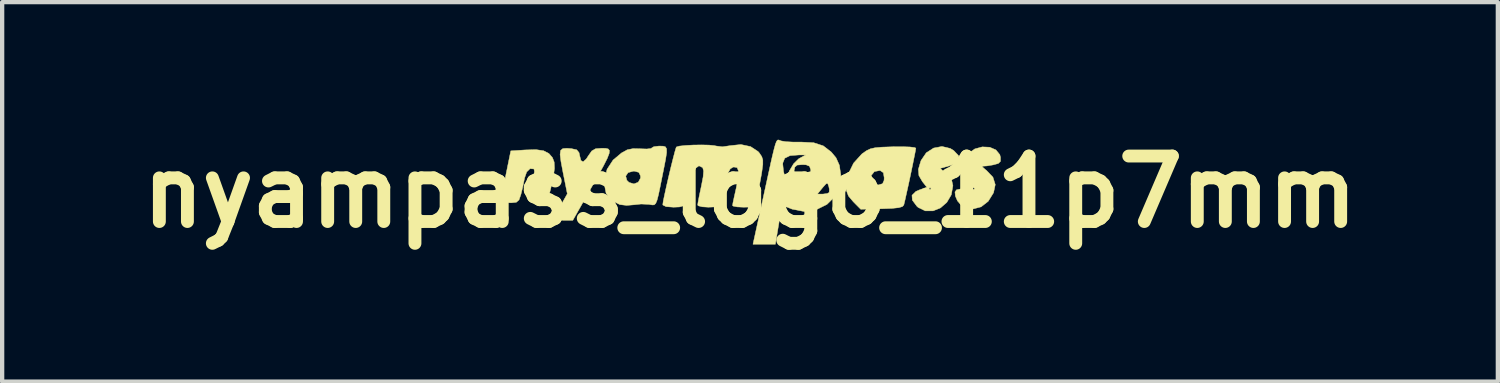
<source format=kicad_pcb>
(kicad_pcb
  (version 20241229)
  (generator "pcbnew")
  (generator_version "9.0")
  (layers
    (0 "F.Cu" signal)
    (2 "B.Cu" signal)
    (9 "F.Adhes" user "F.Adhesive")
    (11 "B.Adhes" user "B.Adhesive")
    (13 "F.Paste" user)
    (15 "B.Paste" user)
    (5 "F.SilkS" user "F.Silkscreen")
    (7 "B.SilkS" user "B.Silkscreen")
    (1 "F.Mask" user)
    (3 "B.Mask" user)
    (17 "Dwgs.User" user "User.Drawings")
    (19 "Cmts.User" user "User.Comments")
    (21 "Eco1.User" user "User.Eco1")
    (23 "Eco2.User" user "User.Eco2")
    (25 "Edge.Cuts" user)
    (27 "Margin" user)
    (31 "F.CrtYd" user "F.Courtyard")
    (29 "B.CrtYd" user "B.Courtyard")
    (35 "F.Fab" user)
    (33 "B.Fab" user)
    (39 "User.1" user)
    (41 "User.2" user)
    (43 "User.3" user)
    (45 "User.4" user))
  (footprint "nyampass_logo_11p7mm"
    (layer "F.Cu")
    (at 14.413 1.418)
    (property "Reference" "nyampass_logo_11p7mm" (at 0 0 0) (layer "F.SilkS") (effects (font (size 1.524 1.524) (thickness 0.3))))
    (attr through_hole)
    (fp_poly (pts (xy -3.361 -1.014) (xy -3.301 -1) (xy -3.273 -0.964) (xy -3.28 -0.894) (xy -3.325 -0.779) (xy -3.411 -0.609) (xy -3.542 -0.372) (xy -3.709 -0.075) (xy -4.125 0.66) (xy -4.349 0.66) (xy -4.483 0.655) (xy -4.563 0.642) (xy -4.572 0.634) (xy -4.549 0.58) (xy -4.489 0.464) (xy -4.413 0.326) (xy -4.254 0.045) (xy -4.356 -0.464) (xy -4.402 -0.709) (xy -4.422 -0.871) (xy -4.41 -0.965) (xy -4.359 -1.008) (xy -4.264 -1.015) (xy -4.158 -1.007) (xy -4.035 -0.98) (xy -3.981 -0.914) (xy -3.971 -0.864) (xy -3.938 -0.732) (xy -3.886 -0.7) (xy -3.812 -0.767) (xy -3.768 -0.835) (xy -3.685 -0.953) (xy -3.596 -1.005) (xy -3.454 -1.016) (xy -3.45 -1.016) (xy -3.361 -1.014)) (stroke (width 0.01) (type solid)) (fill yes) (layer "F.SilkS"))
    (fp_poly (pts (xy 4.662 -1.012) (xy 4.743 -0.962) (xy 4.856 -0.843) (xy 4.87 -0.742) (xy 4.783 -0.661) (xy 4.651 -0.61) (xy 4.426 -0.547) (xy 4.575 -0.422) (xy 4.694 -0.278) (xy 4.724 -0.145) (xy 4.686 0.068) (xy 4.582 0.244) (xy 4.434 0.373) (xy 4.261 0.442) (xy 4.081 0.442) (xy 3.915 0.361) (xy 3.884 0.333) (xy 3.779 0.192) (xy 3.771 0.079) (xy 3.862 -0.011) (xy 3.938 -0.044) (xy 4.026 -0.076) (xy 4.166 -0.076) (xy 4.191 -0.051) (xy 4.216 -0.076) (xy 4.191 -0.102) (xy 4.166 -0.076) (xy 4.026 -0.076) (xy 4.117 -0.109) (xy 4.014 -0.239) (xy 3.932 -0.38) (xy 3.92 -0.526) (xy 3.975 -0.712) (xy 3.984 -0.735) (xy 4.104 -0.911) (xy 4.275 -1.021) (xy 4.469 -1.058) (xy 4.662 -1.012)) (stroke (width 0.01) (type solid)) (fill yes) (layer "F.SilkS"))
    (fp_poly (pts (xy -4.806 -0.958) (xy -4.683 -0.894) (xy -4.6 -0.798) (xy -4.56 -0.694) (xy -4.553 -0.545) (xy -4.582 -0.336) (xy -4.646 -0.053) (xy -4.676 0.059) (xy -4.718 0.185) (xy -4.777 0.24) (xy -4.89 0.254) (xy -4.93 0.254) (xy -5.036 0.251) (xy -5.097 0.231) (xy -5.12 0.174) (xy -5.11 0.06) (xy -5.072 -0.129) (xy -5.059 -0.191) (xy -5.03 -0.359) (xy -5.02 -0.483) (xy -5.031 -0.534) (xy -5.121 -0.542) (xy -5.2 -0.465) (xy -5.25 -0.322) (xy -5.251 -0.314) (xy -5.288 -0.13) (xy -5.334 0.058) (xy -5.336 0.064) (xy -5.379 0.187) (xy -5.44 0.241) (xy -5.557 0.254) (xy -5.59 0.254) (xy -5.732 0.239) (xy -5.791 0.197) (xy -5.792 0.191) (xy -5.782 0.117) (xy -5.756 -0.032) (xy -5.717 -0.234) (xy -5.681 -0.414) (xy -5.57 -0.955) (xy -5.236 -0.977) (xy -4.983 -0.984) (xy -4.806 -0.958)) (stroke (width 0.01) (type solid)) (fill yes) (layer "F.SilkS"))
    (fp_poly (pts (xy 5.581 -1.04) (xy 5.725 -0.978) (xy 5.816 -0.867) (xy 5.832 -0.803) (xy 5.831 -0.711) (xy 5.781 -0.662) (xy 5.657 -0.628) (xy 5.655 -0.628) (xy 5.517 -0.605) (xy 5.421 -0.599) (xy 5.41 -0.6) (xy 5.411 -0.581) (xy 5.478 -0.521) (xy 5.503 -0.502) (xy 5.656 -0.342) (xy 5.71 -0.169) (xy 5.67 0.019) (xy 5.545 0.22) (xy 5.38 0.348) (xy 5.193 0.397) (xy 5.004 0.359) (xy 4.909 0.301) (xy 4.83 0.209) (xy 4.782 0.099) (xy 4.772 0.002) (xy 4.808 -0.049) (xy 4.823 -0.051) (xy 4.902 -0.068) (xy 4.928 -0.076) (xy 5.182 -0.076) (xy 5.207 -0.051) (xy 5.232 -0.076) (xy 5.207 -0.102) (xy 5.182 -0.076) (xy 4.928 -0.076) (xy 5.001 -0.101) (xy 5.133 -0.151) (xy 5.024 -0.259) (xy 4.95 -0.399) (xy 4.941 -0.578) (xy 4.996 -0.763) (xy 5.084 -0.893) (xy 5.234 -1.001) (xy 5.408 -1.048) (xy 5.581 -1.04)) (stroke (width 0.01) (type solid)) (fill yes) (layer "F.SilkS"))
    (fp_poly (pts (xy 3.725 -1.046) (xy 3.834 -1.032) (xy 3.861 -1.019) (xy 3.851 -0.954) (xy 3.823 -0.814) (xy 3.784 -0.622) (xy 3.738 -0.401) (xy 3.69 -0.176) (xy 3.644 0.031) (xy 3.607 0.197) (xy 3.583 0.296) (xy 3.58 0.305) (xy 3.547 0.342) (xy 3.462 0.367) (xy 3.31 0.383) (xy 3.073 0.392) (xy 3.067 0.392) (xy 2.578 0.404) (xy 2.407 0.232) (xy 2.292 0.096) (xy 2.243 -0.034) (xy 2.236 -0.135) (xy 2.257 -0.253) (xy 2.82 -0.253) (xy 2.876 -0.173) (xy 2.989 -0.162) (xy 3.086 -0.191) (xy 3.121 -0.269) (xy 3.124 -0.33) (xy 3.105 -0.447) (xy 3.036 -0.494) (xy 3.018 -0.498) (xy 2.895 -0.473) (xy 2.821 -0.381) (xy 2.82 -0.253) (xy 2.257 -0.253) (xy 2.284 -0.41) (xy 2.412 -0.671) (xy 2.602 -0.881) (xy 2.617 -0.893) (xy 2.711 -0.959) (xy 2.8 -1.002) (xy 2.912 -1.028) (xy 3.07 -1.042) (xy 3.302 -1.05) (xy 3.334 -1.051) (xy 3.551 -1.052) (xy 3.725 -1.046)) (stroke (width 0.01) (type solid)) (fill yes) (layer "F.SilkS"))
    (fp_poly (pts (xy -2.024 -1.065) (xy -1.97 -1.05) (xy -1.943 -1.005) (xy -1.942 -0.914) (xy -1.965 -0.762) (xy -2.01 -0.532) (xy -2.032 -0.425) (xy -2.089 -0.138) (xy -2.131 0.064) (xy -2.165 0.195) (xy -2.196 0.269) (xy -2.231 0.301) (xy -2.276 0.304) (xy -2.339 0.293) (xy -2.359 0.29) (xy -2.536 0.282) (xy -2.7 0.3) (xy -2.872 0.314) (xy -3.032 0.295) (xy -3.228 0.198) (xy -3.351 0.035) (xy -3.394 -0.187) (xy -3.39 -0.27) (xy -3.367 -0.368) (xy -2.894 -0.368) (xy -2.867 -0.269) (xy -2.818 -0.221) (xy -2.703 -0.186) (xy -2.602 -0.226) (xy -2.549 -0.323) (xy -2.55 -0.372) (xy -2.587 -0.454) (xy -2.685 -0.482) (xy -2.717 -0.483) (xy -2.84 -0.449) (xy -2.894 -0.368) (xy -3.367 -0.368) (xy -3.328 -0.528) (xy -3.189 -0.741) (xy -2.993 -0.906) (xy -2.86 -0.98) (xy -2.723 -1.008) (xy -2.553 -1.004) (xy -2.404 -0.999) (xy -2.307 -1.01) (xy -2.286 -1.025) (xy -2.241 -1.052) (xy -2.131 -1.066) (xy -2.108 -1.067) (xy -2.024 -1.065)) (stroke (width 0.01) (type solid)) (fill yes) (layer "F.SilkS"))
    (fp_poly (pts (xy 0.013 -1.055) (xy 0.188 -0.94) (xy 0.221 -0.901) (xy 0.273 -0.822) (xy 0.298 -0.744) (xy 0.298 -0.638) (xy 0.276 -0.473) (xy 0.262 -0.388) (xy 0.223 -0.174) (xy 0.182 0.027) (xy 0.148 0.171) (xy 0.112 0.281) (xy 0.063 0.335) (xy -0.032 0.354) (xy -0.155 0.356) (xy -0.299 0.349) (xy -0.39 0.331) (xy -0.407 0.318) (xy -0.397 0.253) (xy -0.368 0.117) (xy -0.328 -0.062) (xy -0.323 -0.083) (xy -0.275 -0.326) (xy -0.267 -0.483) (xy -0.3 -0.565) (xy -0.376 -0.58) (xy -0.399 -0.575) (xy -0.461 -0.535) (xy -0.513 -0.437) (xy -0.566 -0.262) (xy -0.585 -0.186) (xy -0.63 0.006) (xy -0.669 0.167) (xy -0.693 0.264) (xy -0.694 0.267) (xy -0.733 0.323) (xy -0.828 0.35) (xy -0.969 0.356) (xy -1.112 0.347) (xy -1.203 0.324) (xy -1.219 0.306) (xy -1.209 0.236) (xy -1.182 0.094) (xy -1.143 -0.09) (xy -1.135 -0.127) (xy -1.092 -0.349) (xy -1.081 -0.488) (xy -1.101 -0.562) (xy -1.106 -0.567) (xy -1.189 -0.608) (xy -1.266 -0.552) (xy -1.338 -0.399) (xy -1.395 -0.195) (xy -1.441 -0.001) (xy -1.48 0.162) (xy -1.505 0.261) (xy -1.507 0.267) (xy -1.546 0.323) (xy -1.641 0.35) (xy -1.781 0.356) (xy -1.954 0.343) (xy -2.028 0.306) (xy -2.031 0.292) (xy -2.02 0.214) (xy -1.989 0.066) (xy -1.946 -0.13) (xy -1.895 -0.352) (xy -1.842 -0.575) (xy -1.791 -0.778) (xy -1.749 -0.938) (xy -1.721 -1.031) (xy -1.714 -1.046) (xy -1.646 -1.066) (xy -1.506 -1.081) (xy -1.324 -1.091) (xy -1.13 -1.094) (xy -0.955 -1.09) (xy -0.827 -1.077) (xy -0.792 -1.069) (xy -0.643 -1.05) (xy -0.466 -1.076) (xy -0.213 -1.103) (xy 0.013 -1.055)) (stroke (width 0.01) (type solid)) (fill yes) (layer "F.SilkS"))
    (fp_poly (pts (xy 0.693 -1.2) (xy 0.726 -1.187) (xy 0.832 -1.169) (xy 1.003 -1.16) (xy 1.196 -1.16) (xy 1.483 -1.145) (xy 1.706 -1.072) (xy 1.893 -0.927) (xy 2.002 -0.796) (xy 2.081 -0.62) (xy 2.113 -0.396) (xy 2.098 -0.166) (xy 2.036 0.03) (xy 2.003 0.082) (xy 1.791 0.291) (xy 1.537 0.417) (xy 1.261 0.456) (xy 0.983 0.402) (xy 0.955 0.391) (xy 0.861 0.353) (xy 0.797 0.343) (xy 0.754 0.377) (xy 0.721 0.469) (xy 0.688 0.634) (xy 0.655 0.83) (xy 0.59 1.219) (xy 0.069 1.219) (xy 0.309 0.125) (xy 0.325 0.051) (xy 1.567 0.051) (xy 1.695 0.051) (xy 1.799 0.037) (xy 1.843 0.013) (xy 1.847 -0.062) (xy 1.833 -0.131) (xy 1.809 -0.195) (xy 1.774 -0.193) (xy 1.706 -0.118) (xy 1.685 -0.093) (xy 1.567 0.051) (xy 0.325 0.051) (xy 0.397 -0.278) (xy 0.466 -0.592) (xy 0.482 -0.666) (xy 0.76 -0.666) (xy 0.78 -0.478) (xy 0.797 -0.408) (xy 0.82 -0.339) (xy 0.845 -0.339) (xy 0.887 -0.419) (xy 0.917 -0.488) (xy 1.025 -0.488) (xy 1.047 -0.353) (xy 1.13 -0.269) (xy 1.243 -0.251) (xy 1.356 -0.312) (xy 1.369 -0.327) (xy 1.412 -0.434) (xy 1.414 -0.518) (xy 1.384 -0.599) (xy 1.305 -0.631) (xy 1.219 -0.635) (xy 1.098 -0.625) (xy 1.043 -0.577) (xy 1.025 -0.488) (xy 0.917 -0.488) (xy 0.92 -0.494) (xy 1.014 -0.654) (xy 1.132 -0.77) (xy 1.152 -0.782) (xy 1.295 -0.86) (xy 1.143 -0.861) (xy 0.932 -0.845) (xy 0.808 -0.784) (xy 0.76 -0.666) (xy 0.482 -0.666) (xy 0.519 -0.829) (xy 0.56 -0.998) (xy 0.591 -1.11) (xy 0.617 -1.176) (xy 0.64 -1.206) (xy 0.664 -1.21) (xy 0.693 -1.2)) (stroke (width 0.01) (type solid)) (fill yes) (layer "F.SilkS")))
  (gr_rect
    (start -3 -3)
    (end 31.825 5.836)
    (stroke (width 0.1) (type default))
    (fill no)
    (layer "Edge.Cuts")))
</source>
